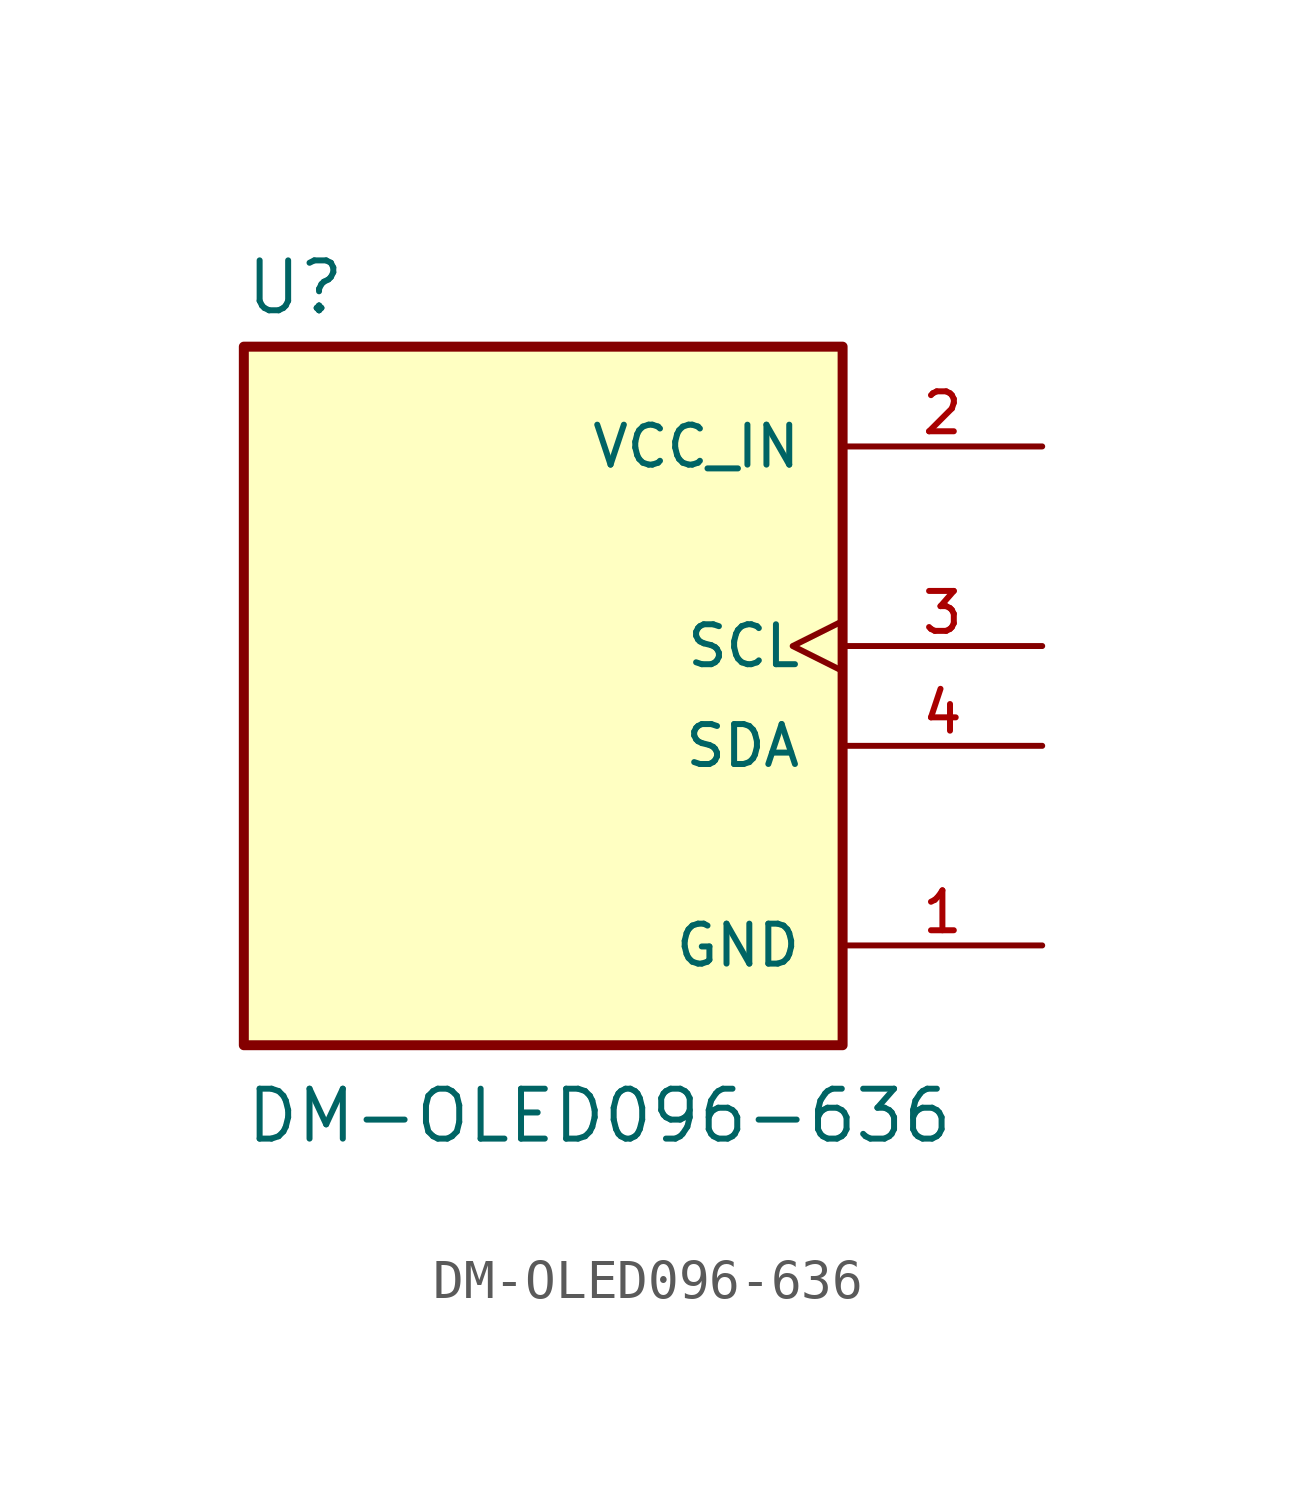
<source format=kicad_sym>
(kicad_symbol_lib
  (version 20211014)
  (generator kicad_symbol_editor)
  (symbol "DM-OLED096-636"
    (pin_names
      (offset 1.016))
    (property "Reference" "U"
      (at -7.62 10.922 0)
      (effects (font (size 1.27 1.27)) (justify bottom left)))
    (property "Value" "DM-OLED096-636"
      (at -7.62 -10.16 0)
      (effects (font (size 1.27 1.27)) (justify bottom left)))
    (symbol "DM-OLED096-636_0_0"
      (rectangle (start -7.62 -7.62) (end 7.62 10.16) (stroke (width 0.254)) (fill (type background)))
      (pin power_in line (at 12.7 7.62 180.0) (length 5.08) (name "VCC_IN" (effects (font (size 1.016 1.016)))) (number "2" (effects (font (size 1.016 1.016)))))
      (pin input clock (at 12.7 2.54 180.0) (length 5.08) (name "SCL" (effects (font (size 1.016 1.016)))) (number "3" (effects (font (size 1.016 1.016)))))
      (pin bidirectional line (at 12.7 0.0 180.0) (length 5.08) (name "SDA" (effects (font (size 1.016 1.016)))) (number "4" (effects (font (size 1.016 1.016)))))
      (pin power_in line (at 12.7 -5.08 180.0) (length 5.08) (name "GND" (effects (font (size 1.016 1.016)))) (number "1" (effects (font (size 1.016 1.016))))))))
</source>
